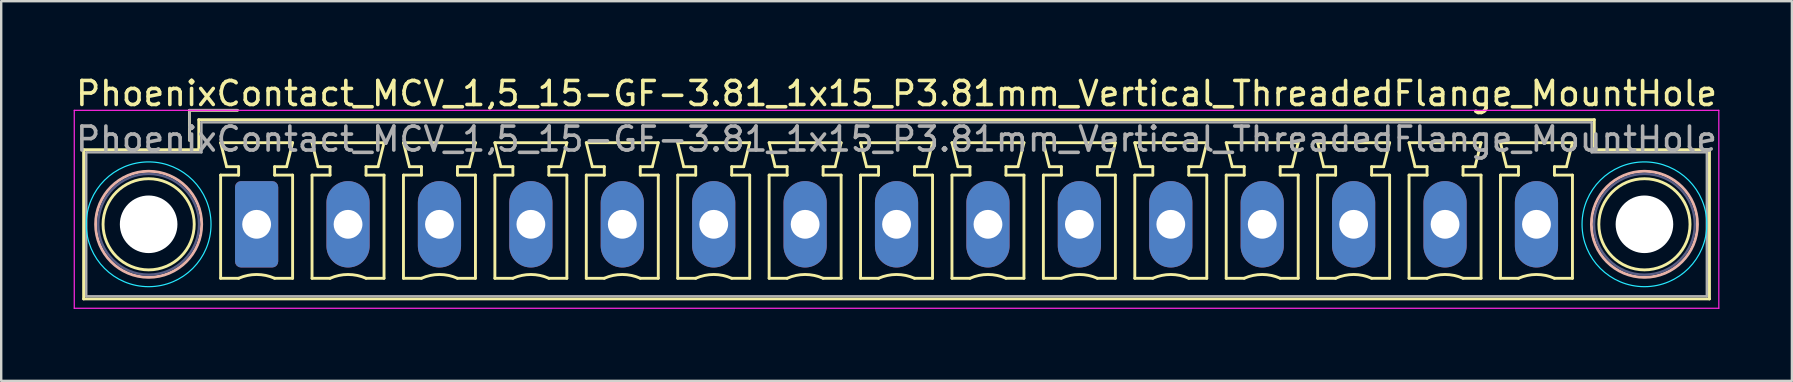
<source format=kicad_pcb>
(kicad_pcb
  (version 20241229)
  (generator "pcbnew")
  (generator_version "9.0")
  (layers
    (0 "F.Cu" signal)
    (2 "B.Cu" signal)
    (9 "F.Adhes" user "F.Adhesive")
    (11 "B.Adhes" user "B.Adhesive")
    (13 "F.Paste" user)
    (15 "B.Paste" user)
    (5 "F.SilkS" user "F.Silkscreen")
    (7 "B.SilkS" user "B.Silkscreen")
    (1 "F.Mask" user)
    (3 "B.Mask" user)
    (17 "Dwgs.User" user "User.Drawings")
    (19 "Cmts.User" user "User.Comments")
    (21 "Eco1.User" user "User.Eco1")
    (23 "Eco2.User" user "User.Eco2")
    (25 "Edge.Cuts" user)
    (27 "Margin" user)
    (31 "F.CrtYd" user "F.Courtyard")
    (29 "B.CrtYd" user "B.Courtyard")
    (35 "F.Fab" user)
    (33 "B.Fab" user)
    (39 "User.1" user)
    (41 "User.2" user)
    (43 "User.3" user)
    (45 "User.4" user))
  (footprint "PhoenixContact_MCV_1,5_15-GF-3.81_1x15_P3.81mm_Vertical_ThreadedFlange_MountHole"
    (layer "F.Cu")
    (at 7.645 6.298)
    (property "Reference" "PhoenixContact_MCV_1,5_15-GF-3.81_1x15_P3.81mm_Vertical_ThreadedFlange_MountHole" (at 26.67 -5.45 0) (layer "F.SilkS") (effects (font (size 1 1) (thickness 0.15))))
    (attr through_hole)
    (fp_line (start -7.21 -3.11) (end -7.21 3.11) (stroke (width 0.12) (type solid)) (layer "F.SilkS"))
    (fp_line (start -7.21 3.11) (end 60.55 3.11) (stroke (width 0.12) (type solid)) (layer "F.SilkS"))
    (fp_line (start -2.8 -4.75) (end -0.8 -4.75) (stroke (width 0.12) (type solid)) (layer "F.SilkS"))
    (fp_line (start -2.8 -3.5) (end -2.8 -4.75) (stroke (width 0.12) (type solid)) (layer "F.SilkS"))
    (fp_line (start -2.41 -4.36) (end -2.41 -3.11) (stroke (width 0.12) (type solid)) (layer "F.SilkS"))
    (fp_line (start -2.41 -3.11) (end -7.21 -3.11) (stroke (width 0.12) (type solid)) (layer "F.SilkS"))
    (fp_line (start -1.5 -3.4) (end 1.5 -3.4) (stroke (width 0.12) (type solid)) (layer "F.SilkS"))
    (fp_line (start -1.5 -2.05) (end -0.75 -2.05) (stroke (width 0.12) (type solid)) (layer "F.SilkS"))
    (fp_line (start -1.5 2.25) (end -1.5 -2.05) (stroke (width 0.12) (type solid)) (layer "F.SilkS"))
    (fp_line (start -1.25 -2.4) (end -1.5 -3.4) (stroke (width 0.12) (type solid)) (layer "F.SilkS"))
    (fp_line (start -0.75 -2.4) (end -1.25 -2.4) (stroke (width 0.12) (type solid)) (layer "F.SilkS"))
    (fp_line (start -0.75 -2.05) (end -0.75 -2.4) (stroke (width 0.12) (type solid)) (layer "F.SilkS"))
    (fp_line (start -0.75 2.25) (end -1.5 2.25) (stroke (width 0.12) (type solid)) (layer "F.SilkS"))
    (fp_line (start 0.75 -2.4) (end 0.75 -2.05) (stroke (width 0.12) (type solid)) (layer "F.SilkS"))
    (fp_line (start 0.75 -2.05) (end 1.5 -2.05) (stroke (width 0.12) (type solid)) (layer "F.SilkS"))
    (fp_line (start 1.25 -2.4) (end 0.75 -2.4) (stroke (width 0.12) (type solid)) (layer "F.SilkS"))
    (fp_line (start 1.5 -3.4) (end 1.25 -2.4) (stroke (width 0.12) (type solid)) (layer "F.SilkS"))
    (fp_line (start 1.5 -2.05) (end 1.5 2.25) (stroke (width 0.12) (type solid)) (layer "F.SilkS"))
    (fp_line (start 1.5 2.25) (end 0.75 2.25) (stroke (width 0.12) (type solid)) (layer "F.SilkS"))
    (fp_line (start 2.31 -3.4) (end 5.31 -3.4) (stroke (width 0.12) (type solid)) (layer "F.SilkS"))
    (fp_line (start 2.31 -2.05) (end 3.06 -2.05) (stroke (width 0.12) (type solid)) (layer "F.SilkS"))
    (fp_line (start 2.31 2.25) (end 2.31 -2.05) (stroke (width 0.12) (type solid)) (layer "F.SilkS"))
    (fp_line (start 2.56 -2.4) (end 2.31 -3.4) (stroke (width 0.12) (type solid)) (layer "F.SilkS"))
    (fp_line (start 3.06 -2.4) (end 2.56 -2.4) (stroke (width 0.12) (type solid)) (layer "F.SilkS"))
    (fp_line (start 3.06 -2.05) (end 3.06 -2.4) (stroke (width 0.12) (type solid)) (layer "F.SilkS"))
    (fp_line (start 3.06 2.25) (end 2.31 2.25) (stroke (width 0.12) (type solid)) (layer "F.SilkS"))
    (fp_line (start 4.56 -2.4) (end 4.56 -2.05) (stroke (width 0.12) (type solid)) (layer "F.SilkS"))
    (fp_line (start 4.56 -2.05) (end 5.31 -2.05) (stroke (width 0.12) (type solid)) (layer "F.SilkS"))
    (fp_line (start 5.06 -2.4) (end 4.56 -2.4) (stroke (width 0.12) (type solid)) (layer "F.SilkS"))
    (fp_line (start 5.31 -3.4) (end 5.06 -2.4) (stroke (width 0.12) (type solid)) (layer "F.SilkS"))
    (fp_line (start 5.31 -2.05) (end 5.31 2.25) (stroke (width 0.12) (type solid)) (layer "F.SilkS"))
    (fp_line (start 5.31 2.25) (end 4.56 2.25) (stroke (width 0.12) (type solid)) (layer "F.SilkS"))
    (fp_line (start 6.12 -3.4) (end 9.12 -3.4) (stroke (width 0.12) (type solid)) (layer "F.SilkS"))
    (fp_line (start 6.12 -2.05) (end 6.87 -2.05) (stroke (width 0.12) (type solid)) (layer "F.SilkS"))
    (fp_line (start 6.12 2.25) (end 6.12 -2.05) (stroke (width 0.12) (type solid)) (layer "F.SilkS"))
    (fp_line (start 6.37 -2.4) (end 6.12 -3.4) (stroke (width 0.12) (type solid)) (layer "F.SilkS"))
    (fp_line (start 6.87 -2.4) (end 6.37 -2.4) (stroke (width 0.12) (type solid)) (layer "F.SilkS"))
    (fp_line (start 6.87 -2.05) (end 6.87 -2.4) (stroke (width 0.12) (type solid)) (layer "F.SilkS"))
    (fp_line (start 6.87 2.25) (end 6.12 2.25) (stroke (width 0.12) (type solid)) (layer "F.SilkS"))
    (fp_line (start 8.37 -2.4) (end 8.37 -2.05) (stroke (width 0.12) (type solid)) (layer "F.SilkS"))
    (fp_line (start 8.37 -2.05) (end 9.12 -2.05) (stroke (width 0.12) (type solid)) (layer "F.SilkS"))
    (fp_line (start 8.87 -2.4) (end 8.37 -2.4) (stroke (width 0.12) (type solid)) (layer "F.SilkS"))
    (fp_line (start 9.12 -3.4) (end 8.87 -2.4) (stroke (width 0.12) (type solid)) (layer "F.SilkS"))
    (fp_line (start 9.12 -2.05) (end 9.12 2.25) (stroke (width 0.12) (type solid)) (layer "F.SilkS"))
    (fp_line (start 9.12 2.25) (end 8.37 2.25) (stroke (width 0.12) (type solid)) (layer "F.SilkS"))
    (fp_line (start 9.93 -3.4) (end 12.93 -3.4) (stroke (width 0.12) (type solid)) (layer "F.SilkS"))
    (fp_line (start 9.93 -2.05) (end 10.68 -2.05) (stroke (width 0.12) (type solid)) (layer "F.SilkS"))
    (fp_line (start 9.93 2.25) (end 9.93 -2.05) (stroke (width 0.12) (type solid)) (layer "F.SilkS"))
    (fp_line (start 10.18 -2.4) (end 9.93 -3.4) (stroke (width 0.12) (type solid)) (layer "F.SilkS"))
    (fp_line (start 10.68 -2.4) (end 10.18 -2.4) (stroke (width 0.12) (type solid)) (layer "F.SilkS"))
    (fp_line (start 10.68 -2.05) (end 10.68 -2.4) (stroke (width 0.12) (type solid)) (layer "F.SilkS"))
    (fp_line (start 10.68 2.25) (end 9.93 2.25) (stroke (width 0.12) (type solid)) (layer "F.SilkS"))
    (fp_line (start 12.18 -2.4) (end 12.18 -2.05) (stroke (width 0.12) (type solid)) (layer "F.SilkS"))
    (fp_line (start 12.18 -2.05) (end 12.93 -2.05) (stroke (width 0.12) (type solid)) (layer "F.SilkS"))
    (fp_line (start 12.68 -2.4) (end 12.18 -2.4) (stroke (width 0.12) (type solid)) (layer "F.SilkS"))
    (fp_line (start 12.93 -3.4) (end 12.68 -2.4) (stroke (width 0.12) (type solid)) (layer "F.SilkS"))
    (fp_line (start 12.93 -2.05) (end 12.93 2.25) (stroke (width 0.12) (type solid)) (layer "F.SilkS"))
    (fp_line (start 12.93 2.25) (end 12.18 2.25) (stroke (width 0.12) (type solid)) (layer "F.SilkS"))
    (fp_line (start 13.74 -3.4) (end 16.74 -3.4) (stroke (width 0.12) (type solid)) (layer "F.SilkS"))
    (fp_line (start 13.74 -2.05) (end 14.49 -2.05) (stroke (width 0.12) (type solid)) (layer "F.SilkS"))
    (fp_line (start 13.74 2.25) (end 13.74 -2.05) (stroke (width 0.12) (type solid)) (layer "F.SilkS"))
    (fp_line (start 13.99 -2.4) (end 13.74 -3.4) (stroke (width 0.12) (type solid)) (layer "F.SilkS"))
    (fp_line (start 14.49 -2.4) (end 13.99 -2.4) (stroke (width 0.12) (type solid)) (layer "F.SilkS"))
    (fp_line (start 14.49 -2.05) (end 14.49 -2.4) (stroke (width 0.12) (type solid)) (layer "F.SilkS"))
    (fp_line (start 14.49 2.25) (end 13.74 2.25) (stroke (width 0.12) (type solid)) (layer "F.SilkS"))
    (fp_line (start 15.99 -2.4) (end 15.99 -2.05) (stroke (width 0.12) (type solid)) (layer "F.SilkS"))
    (fp_line (start 15.99 -2.05) (end 16.74 -2.05) (stroke (width 0.12) (type solid)) (layer "F.SilkS"))
    (fp_line (start 16.49 -2.4) (end 15.99 -2.4) (stroke (width 0.12) (type solid)) (layer "F.SilkS"))
    (fp_line (start 16.74 -3.4) (end 16.49 -2.4) (stroke (width 0.12) (type solid)) (layer "F.SilkS"))
    (fp_line (start 16.74 -2.05) (end 16.74 2.25) (stroke (width 0.12) (type solid)) (layer "F.SilkS"))
    (fp_line (start 16.74 2.25) (end 15.99 2.25) (stroke (width 0.12) (type solid)) (layer "F.SilkS"))
    (fp_line (start 17.55 -3.4) (end 20.55 -3.4) (stroke (width 0.12) (type solid)) (layer "F.SilkS"))
    (fp_line (start 17.55 -2.05) (end 18.3 -2.05) (stroke (width 0.12) (type solid)) (layer "F.SilkS"))
    (fp_line (start 17.55 2.25) (end 17.55 -2.05) (stroke (width 0.12) (type solid)) (layer "F.SilkS"))
    (fp_line (start 17.8 -2.4) (end 17.55 -3.4) (stroke (width 0.12) (type solid)) (layer "F.SilkS"))
    (fp_line (start 18.3 -2.4) (end 17.8 -2.4) (stroke (width 0.12) (type solid)) (layer "F.SilkS"))
    (fp_line (start 18.3 -2.05) (end 18.3 -2.4) (stroke (width 0.12) (type solid)) (layer "F.SilkS"))
    (fp_line (start 18.3 2.25) (end 17.55 2.25) (stroke (width 0.12) (type solid)) (layer "F.SilkS"))
    (fp_line (start 19.8 -2.4) (end 19.8 -2.05) (stroke (width 0.12) (type solid)) (layer "F.SilkS"))
    (fp_line (start 19.8 -2.05) (end 20.55 -2.05) (stroke (width 0.12) (type solid)) (layer "F.SilkS"))
    (fp_line (start 20.3 -2.4) (end 19.8 -2.4) (stroke (width 0.12) (type solid)) (layer "F.SilkS"))
    (fp_line (start 20.55 -3.4) (end 20.3 -2.4) (stroke (width 0.12) (type solid)) (layer "F.SilkS"))
    (fp_line (start 20.55 -2.05) (end 20.55 2.25) (stroke (width 0.12) (type solid)) (layer "F.SilkS"))
    (fp_line (start 20.55 2.25) (end 19.8 2.25) (stroke (width 0.12) (type solid)) (layer "F.SilkS"))
    (fp_line (start 21.36 -3.4) (end 24.36 -3.4) (stroke (width 0.12) (type solid)) (layer "F.SilkS"))
    (fp_line (start 21.36 -2.05) (end 22.11 -2.05) (stroke (width 0.12) (type solid)) (layer "F.SilkS"))
    (fp_line (start 21.36 2.25) (end 21.36 -2.05) (stroke (width 0.12) (type solid)) (layer "F.SilkS"))
    (fp_line (start 21.61 -2.4) (end 21.36 -3.4) (stroke (width 0.12) (type solid)) (layer "F.SilkS"))
    (fp_line (start 22.11 -2.4) (end 21.61 -2.4) (stroke (width 0.12) (type solid)) (layer "F.SilkS"))
    (fp_line (start 22.11 -2.05) (end 22.11 -2.4) (stroke (width 0.12) (type solid)) (layer "F.SilkS"))
    (fp_line (start 22.11 2.25) (end 21.36 2.25) (stroke (width 0.12) (type solid)) (layer "F.SilkS"))
    (fp_line (start 23.61 -2.4) (end 23.61 -2.05) (stroke (width 0.12) (type solid)) (layer "F.SilkS"))
    (fp_line (start 23.61 -2.05) (end 24.36 -2.05) (stroke (width 0.12) (type solid)) (layer "F.SilkS"))
    (fp_line (start 24.11 -2.4) (end 23.61 -2.4) (stroke (width 0.12) (type solid)) (layer "F.SilkS"))
    (fp_line (start 24.36 -3.4) (end 24.11 -2.4) (stroke (width 0.12) (type solid)) (layer "F.SilkS"))
    (fp_line (start 24.36 -2.05) (end 24.36 2.25) (stroke (width 0.12) (type solid)) (layer "F.SilkS"))
    (fp_line (start 24.36 2.25) (end 23.61 2.25) (stroke (width 0.12) (type solid)) (layer "F.SilkS"))
    (fp_line (start 25.17 -3.4) (end 28.17 -3.4) (stroke (width 0.12) (type solid)) (layer "F.SilkS"))
    (fp_line (start 25.17 -2.05) (end 25.92 -2.05) (stroke (width 0.12) (type solid)) (layer "F.SilkS"))
    (fp_line (start 25.17 2.25) (end 25.17 -2.05) (stroke (width 0.12) (type solid)) (layer "F.SilkS"))
    (fp_line (start 25.42 -2.4) (end 25.17 -3.4) (stroke (width 0.12) (type solid)) (layer "F.SilkS"))
    (fp_line (start 25.92 -2.4) (end 25.42 -2.4) (stroke (width 0.12) (type solid)) (layer "F.SilkS"))
    (fp_line (start 25.92 -2.05) (end 25.92 -2.4) (stroke (width 0.12) (type solid)) (layer "F.SilkS"))
    (fp_line (start 25.92 2.25) (end 25.17 2.25) (stroke (width 0.12) (type solid)) (layer "F.SilkS"))
    (fp_line (start 27.42 -2.4) (end 27.42 -2.05) (stroke (width 0.12) (type solid)) (layer "F.SilkS"))
    (fp_line (start 27.42 -2.05) (end 28.17 -2.05) (stroke (width 0.12) (type solid)) (layer "F.SilkS"))
    (fp_line (start 27.92 -2.4) (end 27.42 -2.4) (stroke (width 0.12) (type solid)) (layer "F.SilkS"))
    (fp_line (start 28.17 -3.4) (end 27.92 -2.4) (stroke (width 0.12) (type solid)) (layer "F.SilkS"))
    (fp_line (start 28.17 -2.05) (end 28.17 2.25) (stroke (width 0.12) (type solid)) (layer "F.SilkS"))
    (fp_line (start 28.17 2.25) (end 27.42 2.25) (stroke (width 0.12) (type solid)) (layer "F.SilkS"))
    (fp_line (start 28.98 -3.4) (end 31.98 -3.4) (stroke (width 0.12) (type solid)) (layer "F.SilkS"))
    (fp_line (start 28.98 -2.05) (end 29.73 -2.05) (stroke (width 0.12) (type solid)) (layer "F.SilkS"))
    (fp_line (start 28.98 2.25) (end 28.98 -2.05) (stroke (width 0.12) (type solid)) (layer "F.SilkS"))
    (fp_line (start 29.23 -2.4) (end 28.98 -3.4) (stroke (width 0.12) (type solid)) (layer "F.SilkS"))
    (fp_line (start 29.73 -2.4) (end 29.23 -2.4) (stroke (width 0.12) (type solid)) (layer "F.SilkS"))
    (fp_line (start 29.73 -2.05) (end 29.73 -2.4) (stroke (width 0.12) (type solid)) (layer "F.SilkS"))
    (fp_line (start 29.73 2.25) (end 28.98 2.25) (stroke (width 0.12) (type solid)) (layer "F.SilkS"))
    (fp_line (start 31.23 -2.4) (end 31.23 -2.05) (stroke (width 0.12) (type solid)) (layer "F.SilkS"))
    (fp_line (start 31.23 -2.05) (end 31.98 -2.05) (stroke (width 0.12) (type solid)) (layer "F.SilkS"))
    (fp_line (start 31.73 -2.4) (end 31.23 -2.4) (stroke (width 0.12) (type solid)) (layer "F.SilkS"))
    (fp_line (start 31.98 -3.4) (end 31.73 -2.4) (stroke (width 0.12) (type solid)) (layer "F.SilkS"))
    (fp_line (start 31.98 -2.05) (end 31.98 2.25) (stroke (width 0.12) (type solid)) (layer "F.SilkS"))
    (fp_line (start 31.98 2.25) (end 31.23 2.25) (stroke (width 0.12) (type solid)) (layer "F.SilkS"))
    (fp_line (start 32.79 -3.4) (end 35.79 -3.4) (stroke (width 0.12) (type solid)) (layer "F.SilkS"))
    (fp_line (start 32.79 -2.05) (end 33.54 -2.05) (stroke (width 0.12) (type solid)) (layer "F.SilkS"))
    (fp_line (start 32.79 2.25) (end 32.79 -2.05) (stroke (width 0.12) (type solid)) (layer "F.SilkS"))
    (fp_line (start 33.04 -2.4) (end 32.79 -3.4) (stroke (width 0.12) (type solid)) (layer "F.SilkS"))
    (fp_line (start 33.54 -2.4) (end 33.04 -2.4) (stroke (width 0.12) (type solid)) (layer "F.SilkS"))
    (fp_line (start 33.54 -2.05) (end 33.54 -2.4) (stroke (width 0.12) (type solid)) (layer "F.SilkS"))
    (fp_line (start 33.54 2.25) (end 32.79 2.25) (stroke (width 0.12) (type solid)) (layer "F.SilkS"))
    (fp_line (start 35.04 -2.4) (end 35.04 -2.05) (stroke (width 0.12) (type solid)) (layer "F.SilkS"))
    (fp_line (start 35.04 -2.05) (end 35.79 -2.05) (stroke (width 0.12) (type solid)) (layer "F.SilkS"))
    (fp_line (start 35.54 -2.4) (end 35.04 -2.4) (stroke (width 0.12) (type solid)) (layer "F.SilkS"))
    (fp_line (start 35.79 -3.4) (end 35.54 -2.4) (stroke (width 0.12) (type solid)) (layer "F.SilkS"))
    (fp_line (start 35.79 -2.05) (end 35.79 2.25) (stroke (width 0.12) (type solid)) (layer "F.SilkS"))
    (fp_line (start 35.79 2.25) (end 35.04 2.25) (stroke (width 0.12) (type solid)) (layer "F.SilkS"))
    (fp_line (start 36.6 -3.4) (end 39.6 -3.4) (stroke (width 0.12) (type solid)) (layer "F.SilkS"))
    (fp_line (start 36.6 -2.05) (end 37.35 -2.05) (stroke (width 0.12) (type solid)) (layer "F.SilkS"))
    (fp_line (start 36.6 2.25) (end 36.6 -2.05) (stroke (width 0.12) (type solid)) (layer "F.SilkS"))
    (fp_line (start 36.85 -2.4) (end 36.6 -3.4) (stroke (width 0.12) (type solid)) (layer "F.SilkS"))
    (fp_line (start 37.35 -2.4) (end 36.85 -2.4) (stroke (width 0.12) (type solid)) (layer "F.SilkS"))
    (fp_line (start 37.35 -2.05) (end 37.35 -2.4) (stroke (width 0.12) (type solid)) (layer "F.SilkS"))
    (fp_line (start 37.35 2.25) (end 36.6 2.25) (stroke (width 0.12) (type solid)) (layer "F.SilkS"))
    (fp_line (start 38.85 -2.4) (end 38.85 -2.05) (stroke (width 0.12) (type solid)) (layer "F.SilkS"))
    (fp_line (start 38.85 -2.05) (end 39.6 -2.05) (stroke (width 0.12) (type solid)) (layer "F.SilkS"))
    (fp_line (start 39.35 -2.4) (end 38.85 -2.4) (stroke (width 0.12) (type solid)) (layer "F.SilkS"))
    (fp_line (start 39.6 -3.4) (end 39.35 -2.4) (stroke (width 0.12) (type solid)) (layer "F.SilkS"))
    (fp_line (start 39.6 -2.05) (end 39.6 2.25) (stroke (width 0.12) (type solid)) (layer "F.SilkS"))
    (fp_line (start 39.6 2.25) (end 38.85 2.25) (stroke (width 0.12) (type solid)) (layer "F.SilkS"))
    (fp_line (start 40.41 -3.4) (end 43.41 -3.4) (stroke (width 0.12) (type solid)) (layer "F.SilkS"))
    (fp_line (start 40.41 -2.05) (end 41.16 -2.05) (stroke (width 0.12) (type solid)) (layer "F.SilkS"))
    (fp_line (start 40.41 2.25) (end 40.41 -2.05) (stroke (width 0.12) (type solid)) (layer "F.SilkS"))
    (fp_line (start 40.66 -2.4) (end 40.41 -3.4) (stroke (width 0.12) (type solid)) (layer "F.SilkS"))
    (fp_line (start 41.16 -2.4) (end 40.66 -2.4) (stroke (width 0.12) (type solid)) (layer "F.SilkS"))
    (fp_line (start 41.16 -2.05) (end 41.16 -2.4) (stroke (width 0.12) (type solid)) (layer "F.SilkS"))
    (fp_line (start 41.16 2.25) (end 40.41 2.25) (stroke (width 0.12) (type solid)) (layer "F.SilkS"))
    (fp_line (start 42.66 -2.4) (end 42.66 -2.05) (stroke (width 0.12) (type solid)) (layer "F.SilkS"))
    (fp_line (start 42.66 -2.05) (end 43.41 -2.05) (stroke (width 0.12) (type solid)) (layer "F.SilkS"))
    (fp_line (start 43.16 -2.4) (end 42.66 -2.4) (stroke (width 0.12) (type solid)) (layer "F.SilkS"))
    (fp_line (start 43.41 -3.4) (end 43.16 -2.4) (stroke (width 0.12) (type solid)) (layer "F.SilkS"))
    (fp_line (start 43.41 -2.05) (end 43.41 2.25) (stroke (width 0.12) (type solid)) (layer "F.SilkS"))
    (fp_line (start 43.41 2.25) (end 42.66 2.25) (stroke (width 0.12) (type solid)) (layer "F.SilkS"))
    (fp_line (start 44.22 -3.4) (end 47.22 -3.4) (stroke (width 0.12) (type solid)) (layer "F.SilkS"))
    (fp_line (start 44.22 -2.05) (end 44.97 -2.05) (stroke (width 0.12) (type solid)) (layer "F.SilkS"))
    (fp_line (start 44.22 2.25) (end 44.22 -2.05) (stroke (width 0.12) (type solid)) (layer "F.SilkS"))
    (fp_line (start 44.47 -2.4) (end 44.22 -3.4) (stroke (width 0.12) (type solid)) (layer "F.SilkS"))
    (fp_line (start 44.97 -2.4) (end 44.47 -2.4) (stroke (width 0.12) (type solid)) (layer "F.SilkS"))
    (fp_line (start 44.97 -2.05) (end 44.97 -2.4) (stroke (width 0.12) (type solid)) (layer "F.SilkS"))
    (fp_line (start 44.97 2.25) (end 44.22 2.25) (stroke (width 0.12) (type solid)) (layer "F.SilkS"))
    (fp_line (start 46.47 -2.4) (end 46.47 -2.05) (stroke (width 0.12) (type solid)) (layer "F.SilkS"))
    (fp_line (start 46.47 -2.05) (end 47.22 -2.05) (stroke (width 0.12) (type solid)) (layer "F.SilkS"))
    (fp_line (start 46.97 -2.4) (end 46.47 -2.4) (stroke (width 0.12) (type solid)) (layer "F.SilkS"))
    (fp_line (start 47.22 -3.4) (end 46.97 -2.4) (stroke (width 0.12) (type solid)) (layer "F.SilkS"))
    (fp_line (start 47.22 -2.05) (end 47.22 2.25) (stroke (width 0.12) (type solid)) (layer "F.SilkS"))
    (fp_line (start 47.22 2.25) (end 46.47 2.25) (stroke (width 0.12) (type solid)) (layer "F.SilkS"))
    (fp_line (start 48.03 -3.4) (end 51.03 -3.4) (stroke (width 0.12) (type solid)) (layer "F.SilkS"))
    (fp_line (start 48.03 -2.05) (end 48.78 -2.05) (stroke (width 0.12) (type solid)) (layer "F.SilkS"))
    (fp_line (start 48.03 2.25) (end 48.03 -2.05) (stroke (width 0.12) (type solid)) (layer "F.SilkS"))
    (fp_line (start 48.28 -2.4) (end 48.03 -3.4) (stroke (width 0.12) (type solid)) (layer "F.SilkS"))
    (fp_line (start 48.78 -2.4) (end 48.28 -2.4) (stroke (width 0.12) (type solid)) (layer "F.SilkS"))
    (fp_line (start 48.78 -2.05) (end 48.78 -2.4) (stroke (width 0.12) (type solid)) (layer "F.SilkS"))
    (fp_line (start 48.78 2.25) (end 48.03 2.25) (stroke (width 0.12) (type solid)) (layer "F.SilkS"))
    (fp_line (start 50.28 -2.4) (end 50.28 -2.05) (stroke (width 0.12) (type solid)) (layer "F.SilkS"))
    (fp_line (start 50.28 -2.05) (end 51.03 -2.05) (stroke (width 0.12) (type solid)) (layer "F.SilkS"))
    (fp_line (start 50.78 -2.4) (end 50.28 -2.4) (stroke (width 0.12) (type solid)) (layer "F.SilkS"))
    (fp_line (start 51.03 -3.4) (end 50.78 -2.4) (stroke (width 0.12) (type solid)) (layer "F.SilkS"))
    (fp_line (start 51.03 -2.05) (end 51.03 2.25) (stroke (width 0.12) (type solid)) (layer "F.SilkS"))
    (fp_line (start 51.03 2.25) (end 50.28 2.25) (stroke (width 0.12) (type solid)) (layer "F.SilkS"))
    (fp_line (start 51.84 -3.4) (end 54.84 -3.4) (stroke (width 0.12) (type solid)) (layer "F.SilkS"))
    (fp_line (start 51.84 -2.05) (end 52.59 -2.05) (stroke (width 0.12) (type solid)) (layer "F.SilkS"))
    (fp_line (start 51.84 2.25) (end 51.84 -2.05) (stroke (width 0.12) (type solid)) (layer "F.SilkS"))
    (fp_line (start 52.09 -2.4) (end 51.84 -3.4) (stroke (width 0.12) (type solid)) (layer "F.SilkS"))
    (fp_line (start 52.59 -2.4) (end 52.09 -2.4) (stroke (width 0.12) (type solid)) (layer "F.SilkS"))
    (fp_line (start 52.59 -2.05) (end 52.59 -2.4) (stroke (width 0.12) (type solid)) (layer "F.SilkS"))
    (fp_line (start 52.59 2.25) (end 51.84 2.25) (stroke (width 0.12) (type solid)) (layer "F.SilkS"))
    (fp_line (start 54.09 -2.4) (end 54.09 -2.05) (stroke (width 0.12) (type solid)) (layer "F.SilkS"))
    (fp_line (start 54.09 -2.05) (end 54.84 -2.05) (stroke (width 0.12) (type solid)) (layer "F.SilkS"))
    (fp_line (start 54.59 -2.4) (end 54.09 -2.4) (stroke (width 0.12) (type solid)) (layer "F.SilkS"))
    (fp_line (start 54.84 -3.4) (end 54.59 -2.4) (stroke (width 0.12) (type solid)) (layer "F.SilkS"))
    (fp_line (start 54.84 -2.05) (end 54.84 2.25) (stroke (width 0.12) (type solid)) (layer "F.SilkS"))
    (fp_line (start 54.84 2.25) (end 54.09 2.25) (stroke (width 0.12) (type solid)) (layer "F.SilkS"))
    (fp_line (start 55.75 -4.36) (end -2.41 -4.36) (stroke (width 0.12) (type solid)) (layer "F.SilkS"))
    (fp_line (start 55.75 -3.11) (end 55.75 -4.36) (stroke (width 0.12) (type solid)) (layer "F.SilkS"))
    (fp_line (start 60.55 -3.11) (end 55.75 -3.11) (stroke (width 0.12) (type solid)) (layer "F.SilkS"))
    (fp_line (start 60.55 3.11) (end 60.55 -3.11) (stroke (width 0.12) (type solid)) (layer "F.SilkS"))
    (fp_arc (start -0.75 2.25) (mid -0.000193 2.09191) (end 0.749647 2.249844) (stroke (width 0.12) (type solid)) (layer "F.SilkS"))
    (fp_arc (start 3.06 2.25) (mid 3.809807 2.09191) (end 4.559647 2.249844) (stroke (width 0.12) (type solid)) (layer "F.SilkS"))
    (fp_arc (start 6.87 2.25) (mid 7.619807 2.09191) (end 8.369647 2.249844) (stroke (width 0.12) (type solid)) (layer "F.SilkS"))
    (fp_arc (start 10.68 2.25) (mid 11.429807 2.09191) (end 12.179647 2.249844) (stroke (width 0.12) (type solid)) (layer "F.SilkS"))
    (fp_arc (start 14.49 2.25) (mid 15.239807 2.09191) (end 15.989647 2.249844) (stroke (width 0.12) (type solid)) (layer "F.SilkS"))
    (fp_arc (start 18.3 2.25) (mid 19.049807 2.09191) (end 19.799647 2.249844) (stroke (width 0.12) (type solid)) (layer "F.SilkS"))
    (fp_arc (start 22.11 2.25) (mid 22.859807 2.09191) (end 23.609647 2.249844) (stroke (width 0.12) (type solid)) (layer "F.SilkS"))
    (fp_arc (start 25.92 2.25) (mid 26.669807 2.09191) (end 27.419647 2.249844) (stroke (width 0.12) (type solid)) (layer "F.SilkS"))
    (fp_arc (start 29.73 2.25) (mid 30.479807 2.09191) (end 31.229647 2.249844) (stroke (width 0.12) (type solid)) (layer "F.SilkS"))
    (fp_arc (start 33.54 2.25) (mid 34.289807 2.09191) (end 35.039647 2.249844) (stroke (width 0.12) (type solid)) (layer "F.SilkS"))
    (fp_arc (start 37.35 2.25) (mid 38.099807 2.09191) (end 38.849647 2.249844) (stroke (width 0.12) (type solid)) (layer "F.SilkS"))
    (fp_arc (start 41.16 2.25) (mid 41.909807 2.09191) (end 42.659647 2.249844) (stroke (width 0.12) (type solid)) (layer "F.SilkS"))
    (fp_arc (start 44.97 2.25) (mid 45.719807 2.09191) (end 46.469647 2.249844) (stroke (width 0.12) (type solid)) (layer "F.SilkS"))
    (fp_arc (start 48.78 2.25) (mid 49.529807 2.09191) (end 50.279647 2.249844) (stroke (width 0.12) (type solid)) (layer "F.SilkS"))
    (fp_arc (start 52.59 2.25) (mid 53.339807 2.09191) (end 54.089647 2.249844) (stroke (width 0.12) (type solid)) (layer "F.SilkS"))
    (fp_circle (center -4.5 0) (end -2.6 0) (stroke (width 0.12) (type solid)) (fill no) (layer "F.SilkS"))
    (fp_circle (center 57.84 0) (end 59.74 0) (stroke (width 0.12) (type solid)) (fill no) (layer "F.SilkS"))
    (fp_circle (center -4.5 0) (end -2.29 0) (stroke (width 0.12) (type solid)) (fill no) (layer "B.SilkS"))
    (fp_circle (center 57.84 0) (end 60.05 0) (stroke (width 0.12) (type solid)) (fill no) (layer "B.SilkS"))
    (fp_circle (center -4.5 0) (end -1.9 0) (stroke (width 0.05) (type solid)) (fill no) (layer "B.CrtYd"))
    (fp_circle (center 57.84 0) (end 60.44 0) (stroke (width 0.05) (type solid)) (fill no) (layer "B.CrtYd"))
    (fp_line (start -7.6 -4.75) (end -7.6 3.5) (stroke (width 0.05) (type solid)) (layer "F.CrtYd"))
    (fp_line (start -7.6 3.5) (end 60.94 3.5) (stroke (width 0.05) (type solid)) (layer "F.CrtYd"))
    (fp_line (start 60.94 -4.75) (end -7.6 -4.75) (stroke (width 0.05) (type solid)) (layer "F.CrtYd"))
    (fp_line (start 60.94 3.5) (end 60.94 -4.75) (stroke (width 0.05) (type solid)) (layer "F.CrtYd"))
    (fp_circle (center -4.5 0) (end -2.4 0) (stroke (width 0.1) (type solid)) (fill no) (layer "B.Fab"))
    (fp_circle (center 57.84 0) (end 59.94 0) (stroke (width 0.1) (type solid)) (fill no) (layer "B.Fab"))
    (fp_line (start -7.1 -3) (end -7.1 3) (stroke (width 0.1) (type solid)) (layer "F.Fab"))
    (fp_line (start -7.1 3) (end 60.44 3) (stroke (width 0.1) (type solid)) (layer "F.Fab"))
    (fp_line (start -2.8 -4.75) (end -0.8 -4.75) (stroke (width 0.1) (type solid)) (layer "F.Fab"))
    (fp_line (start -2.8 -3.5) (end -2.8 -4.75) (stroke (width 0.1) (type solid)) (layer "F.Fab"))
    (fp_line (start -2.3 -4.25) (end -2.3 -3) (stroke (width 0.1) (type solid)) (layer "F.Fab"))
    (fp_line (start -2.3 -3) (end -7.1 -3) (stroke (width 0.1) (type solid)) (layer "F.Fab"))
    (fp_line (start 55.64 -4.25) (end -2.3 -4.25) (stroke (width 0.1) (type solid)) (layer "F.Fab"))
    (fp_line (start 55.64 -3) (end 55.64 -4.25) (stroke (width 0.1) (type solid)) (layer "F.Fab"))
    (fp_line (start 60.44 -3) (end 55.64 -3) (stroke (width 0.1) (type solid)) (layer "F.Fab"))
    (fp_line (start 60.44 3) (end 60.44 -3) (stroke (width 0.1) (type solid)) (layer "F.Fab"))
    (fp_text user "${REFERENCE}" (at 26.67 -3.55 0) (layer "F.Fab") (effects (font (size 1 1) (thickness 0.15))))
    (pad "" np_thru_hole circle (at -4.5 0) (size 2.4 2.4) (drill 2.4) (layers "*.Cu" "*.Mask"))
    (pad "" np_thru_hole circle (at 57.84 0) (size 2.4 2.4) (drill 2.4) (layers "*.Cu" "*.Mask"))
    (pad "1" thru_hole roundrect (at 0 0) (size 1.8 3.6) (drill 1.2) (layers "*.Cu" "*.Mask") (roundrect_rratio 0.139))
    (pad "2" thru_hole oval (at 3.81 0) (size 1.8 3.6) (drill 1.2) (layers "*.Cu" "*.Mask"))
    (pad "3" thru_hole oval (at 7.62 0) (size 1.8 3.6) (drill 1.2) (layers "*.Cu" "*.Mask"))
    (pad "4" thru_hole oval (at 11.43 0) (size 1.8 3.6) (drill 1.2) (layers "*.Cu" "*.Mask"))
    (pad "5" thru_hole oval (at 15.24 0) (size 1.8 3.6) (drill 1.2) (layers "*.Cu" "*.Mask"))
    (pad "6" thru_hole oval (at 19.05 0) (size 1.8 3.6) (drill 1.2) (layers "*.Cu" "*.Mask"))
    (pad "7" thru_hole oval (at 22.86 0) (size 1.8 3.6) (drill 1.2) (layers "*.Cu" "*.Mask"))
    (pad "8" thru_hole oval (at 26.67 0) (size 1.8 3.6) (drill 1.2) (layers "*.Cu" "*.Mask"))
    (pad "9" thru_hole oval (at 30.48 0) (size 1.8 3.6) (drill 1.2) (layers "*.Cu" "*.Mask"))
    (pad "10" thru_hole oval (at 34.29 0) (size 1.8 3.6) (drill 1.2) (layers "*.Cu" "*.Mask"))
    (pad "11" thru_hole oval (at 38.1 0) (size 1.8 3.6) (drill 1.2) (layers "*.Cu" "*.Mask"))
    (pad "12" thru_hole oval (at 41.91 0) (size 1.8 3.6) (drill 1.2) (layers "*.Cu" "*.Mask"))
    (pad "13" thru_hole oval (at 45.72 0) (size 1.8 3.6) (drill 1.2) (layers "*.Cu" "*.Mask"))
    (pad "14" thru_hole oval (at 49.53 0) (size 1.8 3.6) (drill 1.2) (layers "*.Cu" "*.Mask"))
    (pad "15" thru_hole oval (at 53.34 0) (size 1.8 3.6) (drill 1.2) (layers "*.Cu" "*.Mask")))
  (gr_rect
    (start -3 -3)
    (end 71.631 12.823)
    (stroke (width 0.1) (type default))
    (fill no)
    (layer "Edge.Cuts")))
</source>
